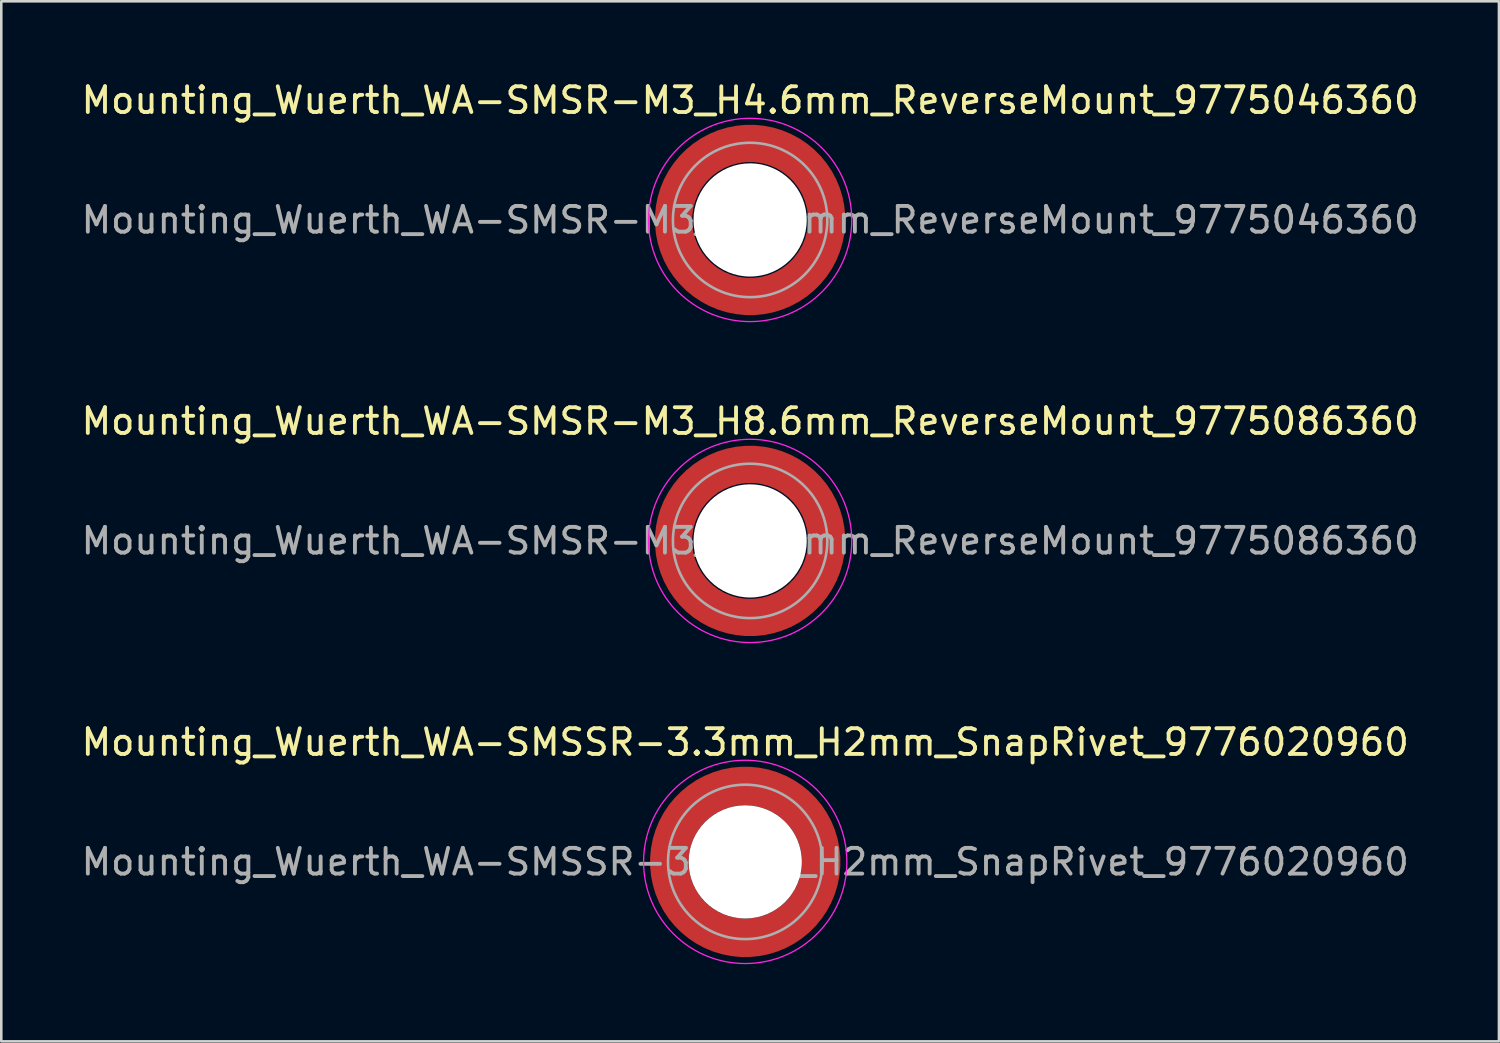
<source format=kicad_pcb>
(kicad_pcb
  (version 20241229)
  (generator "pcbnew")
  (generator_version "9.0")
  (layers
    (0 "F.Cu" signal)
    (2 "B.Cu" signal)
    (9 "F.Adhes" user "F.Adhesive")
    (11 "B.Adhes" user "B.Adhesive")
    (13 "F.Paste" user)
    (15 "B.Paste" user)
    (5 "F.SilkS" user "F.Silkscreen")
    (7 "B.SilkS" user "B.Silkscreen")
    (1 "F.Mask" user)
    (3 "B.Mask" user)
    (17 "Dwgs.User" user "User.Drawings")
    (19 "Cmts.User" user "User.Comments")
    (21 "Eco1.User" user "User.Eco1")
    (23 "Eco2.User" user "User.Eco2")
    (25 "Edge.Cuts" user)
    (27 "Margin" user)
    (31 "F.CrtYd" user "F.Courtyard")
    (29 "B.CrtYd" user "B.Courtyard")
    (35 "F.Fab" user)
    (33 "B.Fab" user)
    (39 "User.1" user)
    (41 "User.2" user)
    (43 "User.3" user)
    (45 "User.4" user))
  (footprint "Mounting_Wuerth_WA-SMSR-M3_H4.6mm_ReverseMount_9775046360"
    (layer "F.Cu")
    (at 26.101 5.498)
    (property "Reference" "Mounting_Wuerth_WA-SMSR-M3_H4.6mm_ReverseMount_9775046360" (at 0 -4.65 0) (layer "F.SilkS") (effects (font (size 1 1) (thickness 0.15))))
    (attr smd)
    (fp_circle (center 0 0) (end 3.95 0) (stroke (width 0.05) (type solid)) (fill no) (layer "F.CrtYd"))
    (fp_circle (center 0 0) (end 3 0) (stroke (width 0.1) (type solid)) (fill no) (layer "F.Fab"))
    (fp_text user "${REFERENCE}" (at 0 0 0) (layer "F.Fab") (effects (font (size 1 1) (thickness 0.15))))
    (pad "" smd custom (at -2.095 -2.095) (size 0.945 0.945) (layers "F.Paste") (options (anchor circle)) (primitives (gr_arc (start -0.24231 1.594804) (mid 0.404104 0.405534) (end 1.592827 -0.241886) (width 0.2)) (gr_arc (start -0.3398 1.594804) (mid 0.335987 0.338711) (end 1.591031 -0.339022) (width 0.2)) (gr_arc (start -0.437132 1.594804) (mid 0.268952 0.270807) (end 1.592231 -0.436623) (width 0.2)) (gr_arc (start -0.534324 1.594804) (mid 0.201345 0.203474) (end 1.591846 -0.53376) (width 0.2)) (gr_arc (start -0.631391 1.594804) (mid 0.134696 0.135183) (end 1.594126 -0.631267) (width 0.2)) (gr_arc (start -0.728345 1.594804) (mid 0.067234 0.067705) (end 1.594149 -0.728229) (width 0.2)) (gr_arc (start -0.825197 1.594804) (mid -0.001218 0.001219) (end 1.591408 -0.824614) (width 0.2)) (gr_arc (start -0.921958 1.594804) (mid -0.068952 -0.065985) (end 1.590665 -0.921269) (width 0.2)) (gr_arc (start -1.018637 1.594804) (mid -0.135972 -0.133907) (end 1.59192 -1.018172) (width 0.2)) (gr_arc (start -1.115239 1.594804) (mid -0.20428 -0.200537) (end 1.589574 -1.11442) (width 0.2)) (gr_arc (start -1.211773 1.594804) (mid -0.26993 -0.269828) (end 1.594662 -1.211751) (width 0.2)) (gr_arc (start -1.308244 1.594804) (mid -0.33911 -0.335587) (end 1.589875 -1.307516) (width 0.2)) (gr_arc (start -1.404657 1.594804) (mid -0.405633 -0.404004) (end 1.592524 -1.404331) (width 0.2)) (gr_arc (start -1.404657 1.594804) (mid -0.405633 -0.404004) (end 1.592524 -1.404331) (width 0.2)) (gr_line (start 1.595 -0.242) (end 1.595 -1.405) (width 0.2)) (gr_line (start -0.242 1.595) (end -1.405 1.595) (width 0.2))))
    (pad "" smd custom (at -2.095 2.095) (size 0.945 0.945) (layers "F.Paste") (options (anchor circle)) (primitives (gr_arc (start 1.594804 0.24231) (mid 0.405534 -0.404104) (end -0.241886 -1.592827) (width 0.2)) (gr_arc (start 1.594804 0.3398) (mid 0.338711 -0.335987) (end -0.339022 -1.591031) (width 0.2)) (gr_arc (start 1.594804 0.437132) (mid 0.270807 -0.268952) (end -0.436623 -1.592231) (width 0.2)) (gr_arc (start 1.594804 0.534324) (mid 0.203474 -0.201345) (end -0.53376 -1.591846) (width 0.2)) (gr_arc (start 1.594804 0.631391) (mid 0.135183 -0.134696) (end -0.631267 -1.594126) (width 0.2)) (gr_arc (start 1.594804 0.728345) (mid 0.067705 -0.067234) (end -0.728229 -1.594149) (width 0.2)) (gr_arc (start 1.594804 0.825197) (mid 0.001219 0.001218) (end -0.824614 -1.591408) (width 0.2)) (gr_arc (start 1.594804 0.921958) (mid -0.065985 0.068952) (end -0.921269 -1.590665) (width 0.2)) (gr_arc (start 1.594804 1.018637) (mid -0.133907 0.135972) (end -1.018172 -1.59192) (width 0.2)) (gr_arc (start 1.594804 1.115239) (mid -0.200537 0.20428) (end -1.11442 -1.589574) (width 0.2)) (gr_arc (start 1.594804 1.211773) (mid -0.269828 0.26993) (end -1.211751 -1.594662) (width 0.2)) (gr_arc (start 1.594804 1.308244) (mid -0.335587 0.33911) (end -1.307516 -1.589875) (width 0.2)) (gr_arc (start 1.594804 1.404657) (mid -0.404004 0.405633) (end -1.404331 -1.592524) (width 0.2)) (gr_arc (start 1.594804 1.404657) (mid -0.404004 0.405633) (end -1.404331 -1.592524) (width 0.2)) (gr_line (start -0.242 -1.595) (end -1.405 -1.595) (width 0.2)) (gr_line (start 1.595 0.242) (end 1.595 1.405) (width 0.2))))
    (pad "" np_thru_hole circle (at 0 0) (size 4.4 4.4) (drill 4.4) (layers "*.Cu" "*.Mask"))
    (pad "" smd custom (at 2.095 -2.095) (size 0.945 0.945) (layers "F.Paste") (options (anchor circle)) (primitives (gr_arc (start -1.594804 -0.24231) (mid -0.405534 0.404104) (end 0.241886 1.592827) (width 0.2)) (gr_arc (start -1.594804 -0.3398) (mid -0.338711 0.335987) (end 0.339022 1.591031) (width 0.2)) (gr_arc (start -1.594804 -0.437132) (mid -0.270807 0.268952) (end 0.436623 1.592231) (width 0.2)) (gr_arc (start -1.594804 -0.534324) (mid -0.203474 0.201345) (end 0.53376 1.591846) (width 0.2)) (gr_arc (start -1.594804 -0.631391) (mid -0.135183 0.134696) (end 0.631267 1.594126) (width 0.2)) (gr_arc (start -1.594804 -0.728345) (mid -0.067705 0.067234) (end 0.728229 1.594149) (width 0.2)) (gr_arc (start -1.594804 -0.825197) (mid -0.001219 -0.001218) (end 0.824614 1.591408) (width 0.2)) (gr_arc (start -1.594804 -0.921958) (mid 0.065985 -0.068952) (end 0.921269 1.590665) (width 0.2)) (gr_arc (start -1.594804 -1.018637) (mid 0.133907 -0.135972) (end 1.018172 1.59192) (width 0.2)) (gr_arc (start -1.594804 -1.115239) (mid 0.200537 -0.20428) (end 1.11442 1.589574) (width 0.2)) (gr_arc (start -1.594804 -1.211773) (mid 0.269828 -0.26993) (end 1.211751 1.594662) (width 0.2)) (gr_arc (start -1.594804 -1.308244) (mid 0.335587 -0.33911) (end 1.307516 1.589875) (width 0.2)) (gr_arc (start -1.594804 -1.404657) (mid 0.404004 -0.405633) (end 1.404331 1.592524) (width 0.2)) (gr_arc (start -1.594804 -1.404657) (mid 0.404004 -0.405633) (end 1.404331 1.592524) (width 0.2)) (gr_line (start 0.242 1.595) (end 1.405 1.595) (width 0.2)) (gr_line (start -1.595 -0.242) (end -1.595 -1.405) (width 0.2))))
    (pad "" smd custom (at 2.095 2.095) (size 0.945 0.945) (layers "F.Paste") (options (anchor circle)) (primitives (gr_arc (start 0.24231 -1.594804) (mid -0.404104 -0.405534) (end -1.592827 0.241886) (width 0.2)) (gr_arc (start 0.3398 -1.594804) (mid -0.335987 -0.338711) (end -1.591031 0.339022) (width 0.2)) (gr_arc (start 0.437132 -1.594804) (mid -0.268952 -0.270807) (end -1.592231 0.436623) (width 0.2)) (gr_arc (start 0.534324 -1.594804) (mid -0.201345 -0.203474) (end -1.591846 0.53376) (width 0.2)) (gr_arc (start 0.631391 -1.594804) (mid -0.134696 -0.135183) (end -1.594126 0.631267) (width 0.2)) (gr_arc (start 0.728345 -1.594804) (mid -0.067234 -0.067705) (end -1.594149 0.728229) (width 0.2)) (gr_arc (start 0.825197 -1.594804) (mid 0.001218 -0.001219) (end -1.591408 0.824614) (width 0.2)) (gr_arc (start 0.921958 -1.594804) (mid 0.068952 0.065985) (end -1.590665 0.921269) (width 0.2)) (gr_arc (start 1.018637 -1.594804) (mid 0.135972 0.133907) (end -1.59192 1.018172) (width 0.2)) (gr_arc (start 1.115239 -1.594804) (mid 0.20428 0.200537) (end -1.589574 1.11442) (width 0.2)) (gr_arc (start 1.211773 -1.594804) (mid 0.26993 0.269828) (end -1.594662 1.211751) (width 0.2)) (gr_arc (start 1.308244 -1.594804) (mid 0.33911 0.335587) (end -1.589875 1.307516) (width 0.2)) (gr_arc (start 1.404657 -1.594804) (mid 0.405633 0.404004) (end -1.592524 1.404331) (width 0.2)) (gr_arc (start 1.404657 -1.594804) (mid 0.405633 0.404004) (end -1.592524 1.404331) (width 0.2)) (gr_line (start -1.595 0.242) (end -1.595 1.405) (width 0.2)) (gr_line (start 0.242 -1.595) (end 1.405 -1.595) (width 0.2))))
    (pad "1" smd circle (at -2.975 0) (size 1.05 1.05) (layers "F.Cu"))
    (pad "1" smd circle (at 0 -2.975) (size 1.05 1.05) (layers "F.Cu"))
    (pad "1" smd circle (at 0 2.975) (size 1.05 1.05) (layers "F.Cu"))
    (pad "1" smd custom (at 2.975 0) (size 1.05 1.05) (layers "F.Cu" "F.Mask") (options (anchor circle)) (primitives (gr_circle (center -2.975 0) (end 0 0) (width 1.45) (fill no)))))
  (footprint "Mounting_Wuerth_WA-SMSR-M3_H8.6mm_ReverseMount_9775086360"
    (layer "F.Cu")
    (at 26.101 17.971)
    (property "Reference" "Mounting_Wuerth_WA-SMSR-M3_H8.6mm_ReverseMount_9775086360" (at 0 -4.65 0) (layer "F.SilkS") (effects (font (size 1 1) (thickness 0.15))))
    (attr smd)
    (fp_circle (center 0 0) (end 3.95 0) (stroke (width 0.05) (type solid)) (fill no) (layer "F.CrtYd"))
    (fp_circle (center 0 0) (end 3 0) (stroke (width 0.1) (type solid)) (fill no) (layer "F.Fab"))
    (fp_text user "${REFERENCE}" (at 0 0 0) (layer "F.Fab") (effects (font (size 1 1) (thickness 0.15))))
    (pad "" smd custom (at -2.095 -2.095) (size 0.945 0.945) (layers "F.Paste") (options (anchor circle)) (primitives (gr_arc (start -0.24231 1.594804) (mid 0.404104 0.405534) (end 1.592827 -0.241886) (width 0.2)) (gr_arc (start -0.3398 1.594804) (mid 0.335987 0.338711) (end 1.591031 -0.339022) (width 0.2)) (gr_arc (start -0.437132 1.594804) (mid 0.268952 0.270807) (end 1.592231 -0.436623) (width 0.2)) (gr_arc (start -0.534324 1.594804) (mid 0.201345 0.203474) (end 1.591846 -0.53376) (width 0.2)) (gr_arc (start -0.631391 1.594804) (mid 0.134696 0.135183) (end 1.594126 -0.631267) (width 0.2)) (gr_arc (start -0.728345 1.594804) (mid 0.067234 0.067705) (end 1.594149 -0.728229) (width 0.2)) (gr_arc (start -0.825197 1.594804) (mid -0.001218 0.001219) (end 1.591408 -0.824614) (width 0.2)) (gr_arc (start -0.921958 1.594804) (mid -0.068952 -0.065985) (end 1.590665 -0.921269) (width 0.2)) (gr_arc (start -1.018637 1.594804) (mid -0.135972 -0.133907) (end 1.59192 -1.018172) (width 0.2)) (gr_arc (start -1.115239 1.594804) (mid -0.20428 -0.200537) (end 1.589574 -1.11442) (width 0.2)) (gr_arc (start -1.211773 1.594804) (mid -0.26993 -0.269828) (end 1.594662 -1.211751) (width 0.2)) (gr_arc (start -1.308244 1.594804) (mid -0.33911 -0.335587) (end 1.589875 -1.307516) (width 0.2)) (gr_arc (start -1.404657 1.594804) (mid -0.405633 -0.404004) (end 1.592524 -1.404331) (width 0.2)) (gr_arc (start -1.404657 1.594804) (mid -0.405633 -0.404004) (end 1.592524 -1.404331) (width 0.2)) (gr_line (start 1.595 -0.242) (end 1.595 -1.405) (width 0.2)) (gr_line (start -0.242 1.595) (end -1.405 1.595) (width 0.2))))
    (pad "" smd custom (at -2.095 2.095) (size 0.945 0.945) (layers "F.Paste") (options (anchor circle)) (primitives (gr_arc (start 1.594804 0.24231) (mid 0.405534 -0.404104) (end -0.241886 -1.592827) (width 0.2)) (gr_arc (start 1.594804 0.3398) (mid 0.338711 -0.335987) (end -0.339022 -1.591031) (width 0.2)) (gr_arc (start 1.594804 0.437132) (mid 0.270807 -0.268952) (end -0.436623 -1.592231) (width 0.2)) (gr_arc (start 1.594804 0.534324) (mid 0.203474 -0.201345) (end -0.53376 -1.591846) (width 0.2)) (gr_arc (start 1.594804 0.631391) (mid 0.135183 -0.134696) (end -0.631267 -1.594126) (width 0.2)) (gr_arc (start 1.594804 0.728345) (mid 0.067705 -0.067234) (end -0.728229 -1.594149) (width 0.2)) (gr_arc (start 1.594804 0.825197) (mid 0.001219 0.001218) (end -0.824614 -1.591408) (width 0.2)) (gr_arc (start 1.594804 0.921958) (mid -0.065985 0.068952) (end -0.921269 -1.590665) (width 0.2)) (gr_arc (start 1.594804 1.018637) (mid -0.133907 0.135972) (end -1.018172 -1.59192) (width 0.2)) (gr_arc (start 1.594804 1.115239) (mid -0.200537 0.20428) (end -1.11442 -1.589574) (width 0.2)) (gr_arc (start 1.594804 1.211773) (mid -0.269828 0.26993) (end -1.211751 -1.594662) (width 0.2)) (gr_arc (start 1.594804 1.308244) (mid -0.335587 0.33911) (end -1.307516 -1.589875) (width 0.2)) (gr_arc (start 1.594804 1.404657) (mid -0.404004 0.405633) (end -1.404331 -1.592524) (width 0.2)) (gr_arc (start 1.594804 1.404657) (mid -0.404004 0.405633) (end -1.404331 -1.592524) (width 0.2)) (gr_line (start -0.242 -1.595) (end -1.405 -1.595) (width 0.2)) (gr_line (start 1.595 0.242) (end 1.595 1.405) (width 0.2))))
    (pad "" np_thru_hole circle (at 0 0) (size 4.4 4.4) (drill 4.4) (layers "*.Cu" "*.Mask"))
    (pad "" smd custom (at 2.095 -2.095) (size 0.945 0.945) (layers "F.Paste") (options (anchor circle)) (primitives (gr_arc (start -1.594804 -0.24231) (mid -0.405534 0.404104) (end 0.241886 1.592827) (width 0.2)) (gr_arc (start -1.594804 -0.3398) (mid -0.338711 0.335987) (end 0.339022 1.591031) (width 0.2)) (gr_arc (start -1.594804 -0.437132) (mid -0.270807 0.268952) (end 0.436623 1.592231) (width 0.2)) (gr_arc (start -1.594804 -0.534324) (mid -0.203474 0.201345) (end 0.53376 1.591846) (width 0.2)) (gr_arc (start -1.594804 -0.631391) (mid -0.135183 0.134696) (end 0.631267 1.594126) (width 0.2)) (gr_arc (start -1.594804 -0.728345) (mid -0.067705 0.067234) (end 0.728229 1.594149) (width 0.2)) (gr_arc (start -1.594804 -0.825197) (mid -0.001219 -0.001218) (end 0.824614 1.591408) (width 0.2)) (gr_arc (start -1.594804 -0.921958) (mid 0.065985 -0.068952) (end 0.921269 1.590665) (width 0.2)) (gr_arc (start -1.594804 -1.018637) (mid 0.133907 -0.135972) (end 1.018172 1.59192) (width 0.2)) (gr_arc (start -1.594804 -1.115239) (mid 0.200537 -0.20428) (end 1.11442 1.589574) (width 0.2)) (gr_arc (start -1.594804 -1.211773) (mid 0.269828 -0.26993) (end 1.211751 1.594662) (width 0.2)) (gr_arc (start -1.594804 -1.308244) (mid 0.335587 -0.33911) (end 1.307516 1.589875) (width 0.2)) (gr_arc (start -1.594804 -1.404657) (mid 0.404004 -0.405633) (end 1.404331 1.592524) (width 0.2)) (gr_arc (start -1.594804 -1.404657) (mid 0.404004 -0.405633) (end 1.404331 1.592524) (width 0.2)) (gr_line (start 0.242 1.595) (end 1.405 1.595) (width 0.2)) (gr_line (start -1.595 -0.242) (end -1.595 -1.405) (width 0.2))))
    (pad "" smd custom (at 2.095 2.095) (size 0.945 0.945) (layers "F.Paste") (options (anchor circle)) (primitives (gr_arc (start 0.24231 -1.594804) (mid -0.404104 -0.405534) (end -1.592827 0.241886) (width 0.2)) (gr_arc (start 0.3398 -1.594804) (mid -0.335987 -0.338711) (end -1.591031 0.339022) (width 0.2)) (gr_arc (start 0.437132 -1.594804) (mid -0.268952 -0.270807) (end -1.592231 0.436623) (width 0.2)) (gr_arc (start 0.534324 -1.594804) (mid -0.201345 -0.203474) (end -1.591846 0.53376) (width 0.2)) (gr_arc (start 0.631391 -1.594804) (mid -0.134696 -0.135183) (end -1.594126 0.631267) (width 0.2)) (gr_arc (start 0.728345 -1.594804) (mid -0.067234 -0.067705) (end -1.594149 0.728229) (width 0.2)) (gr_arc (start 0.825197 -1.594804) (mid 0.001218 -0.001219) (end -1.591408 0.824614) (width 0.2)) (gr_arc (start 0.921958 -1.594804) (mid 0.068952 0.065985) (end -1.590665 0.921269) (width 0.2)) (gr_arc (start 1.018637 -1.594804) (mid 0.135972 0.133907) (end -1.59192 1.018172) (width 0.2)) (gr_arc (start 1.115239 -1.594804) (mid 0.20428 0.200537) (end -1.589574 1.11442) (width 0.2)) (gr_arc (start 1.211773 -1.594804) (mid 0.26993 0.269828) (end -1.594662 1.211751) (width 0.2)) (gr_arc (start 1.308244 -1.594804) (mid 0.33911 0.335587) (end -1.589875 1.307516) (width 0.2)) (gr_arc (start 1.404657 -1.594804) (mid 0.405633 0.404004) (end -1.592524 1.404331) (width 0.2)) (gr_arc (start 1.404657 -1.594804) (mid 0.405633 0.404004) (end -1.592524 1.404331) (width 0.2)) (gr_line (start -1.595 0.242) (end -1.595 1.405) (width 0.2)) (gr_line (start 0.242 -1.595) (end 1.405 -1.595) (width 0.2))))
    (pad "1" smd circle (at -2.975 0) (size 1.05 1.05) (layers "F.Cu"))
    (pad "1" smd circle (at 0 -2.975) (size 1.05 1.05) (layers "F.Cu"))
    (pad "1" smd circle (at 0 2.975) (size 1.05 1.05) (layers "F.Cu"))
    (pad "1" smd custom (at 2.975 0) (size 1.05 1.05) (layers "F.Cu" "F.Mask") (options (anchor circle)) (primitives (gr_circle (center -2.975 0) (end 0 0) (width 1.45) (fill no)))))
  (footprint "Mounting_Wuerth_WA-SMSSR-3.3mm_H2mm_SnapRivet_9776020960"
    (layer "F.Cu")
    (at 25.911 30.445)
    (property "Reference" "Mounting_Wuerth_WA-SMSSR-3.3mm_H2mm_SnapRivet_9776020960" (at 0 -4.65 0) (layer "F.SilkS") (effects (font (size 1 1) (thickness 0.15))))
    (attr smd)
    (fp_circle (center 0 0) (end 3.95 0) (stroke (width 0.05) (type solid)) (fill no) (layer "F.CrtYd"))
    (fp_circle (center 0 0) (end 3 0) (stroke (width 0.1) (type solid)) (fill no) (layer "F.Fab"))
    (fp_text user "${REFERENCE}" (at 0 0 0) (layer "F.Fab") (effects (font (size 1 1) (thickness 0.15))))
    (pad "" smd custom (at -2.077 -2.077) (size 0.995 0.995) (layers "F.Paste") (options (anchor circle)) (primitives (gr_arc (start -0.208831 1.577126) (mid 0.422144 0.422848) (end 1.576154 -0.208618) (width 0.2)) (gr_arc (start -0.310669 1.577126) (mid 0.35138 0.352781) (end 1.575188 -0.310262) (width 0.2)) (gr_arc (start -0.412325 1.577126) (mid 0.280305 0.283024) (end 1.573357 -0.411565) (width 0.2)) (gr_arc (start -0.51382 1.577126) (mid 0.210358 0.212139) (end 1.574653 -0.513342) (width 0.2)) (gr_arc (start -0.615172 1.577126) (mid 0.139846 0.141818) (end 1.574384 -0.614661) (width 0.2)) (gr_arc (start -0.716397 1.577126) (mid 0.070334 0.070498) (end 1.576898 -0.716356) (width 0.2)) (gr_arc (start -0.817508 1.577126) (mid -0.001805 0.001806) (end 1.572094 -0.816634) (width 0.2)) (gr_arc (start -0.918517 1.577126) (mid -0.071322 -0.06951) (end 1.574599 -0.918094) (width 0.2)) (gr_arc (start -1.019433 1.577126) (mid -0.141902 -0.139762) (end 1.574138 -1.018949) (width 0.2)) (gr_arc (start -1.120266 1.577126) (mid -0.211736 -0.210761) (end 1.575763 -1.120053) (width 0.2)) (gr_arc (start -1.221022 1.577126) (mid -0.282882 -0.280446) (end 1.57372 -1.220504) (width 0.2)) (gr_arc (start -1.32171 1.577126) (mid -0.353407 -0.350753) (end 1.573414 -1.321162) (width 0.2)) (gr_arc (start -1.422335 1.577126) (mid -0.423311 -0.421682) (end 1.574846 -1.422009) (width 0.2)) (gr_line (start 1.577 -0.209) (end 1.577 -1.422) (width 0.2)) (gr_line (start -0.209 1.577) (end -1.422 1.577) (width 0.2))))
    (pad "" smd custom (at -2.077 2.077) (size 0.995 0.995) (layers "F.Paste") (options (anchor circle)) (primitives (gr_arc (start 1.577126 0.208831) (mid 0.422848 -0.422144) (end -0.208618 -1.576154) (width 0.2)) (gr_arc (start 1.577126 0.310669) (mid 0.352781 -0.35138) (end -0.310262 -1.575188) (width 0.2)) (gr_arc (start 1.577126 0.412325) (mid 0.283024 -0.280305) (end -0.411565 -1.573357) (width 0.2)) (gr_arc (start 1.577126 0.51382) (mid 0.212139 -0.210358) (end -0.513342 -1.574653) (width 0.2)) (gr_arc (start 1.577126 0.615172) (mid 0.141818 -0.139846) (end -0.614661 -1.574384) (width 0.2)) (gr_arc (start 1.577126 0.716397) (mid 0.070498 -0.070334) (end -0.716356 -1.576898) (width 0.2)) (gr_arc (start 1.577126 0.817508) (mid 0.001806 0.001805) (end -0.816634 -1.572094) (width 0.2)) (gr_arc (start 1.577126 0.918517) (mid -0.06951 0.071322) (end -0.918094 -1.574599) (width 0.2)) (gr_arc (start 1.577126 1.019433) (mid -0.139762 0.141902) (end -1.018949 -1.574138) (width 0.2)) (gr_arc (start 1.577126 1.120266) (mid -0.210761 0.211736) (end -1.120053 -1.575763) (width 0.2)) (gr_arc (start 1.577126 1.221022) (mid -0.280446 0.282882) (end -1.220504 -1.57372) (width 0.2)) (gr_arc (start 1.577126 1.32171) (mid -0.350753 0.353407) (end -1.321162 -1.573414) (width 0.2)) (gr_arc (start 1.577126 1.422335) (mid -0.421682 0.423311) (end -1.422009 -1.574846) (width 0.2)) (gr_line (start -0.209 -1.577) (end -1.422 -1.577) (width 0.2)) (gr_line (start 1.577 0.209) (end 1.577 1.422) (width 0.2))))
    (pad "" np_thru_hole circle (at 0 0) (size 4.4 4.4) (drill 4.4) (layers "*.Cu" "*.Mask"))
    (pad "" smd custom (at 2.077 -2.077) (size 0.995 0.995) (layers "F.Paste") (options (anchor circle)) (primitives (gr_arc (start -1.577126 -0.208831) (mid -0.422848 0.422144) (end 0.208618 1.576154) (width 0.2)) (gr_arc (start -1.577126 -0.310669) (mid -0.352781 0.35138) (end 0.310262 1.575188) (width 0.2)) (gr_arc (start -1.577126 -0.412325) (mid -0.283024 0.280305) (end 0.411565 1.573357) (width 0.2)) (gr_arc (start -1.577126 -0.51382) (mid -0.212139 0.210358) (end 0.513342 1.574653) (width 0.2)) (gr_arc (start -1.577126 -0.615172) (mid -0.141818 0.139846) (end 0.614661 1.574384) (width 0.2)) (gr_arc (start -1.577126 -0.716397) (mid -0.070498 0.070334) (end 0.716356 1.576898) (width 0.2)) (gr_arc (start -1.577126 -0.817508) (mid -0.001806 -0.001805) (end 0.816634 1.572094) (width 0.2)) (gr_arc (start -1.577126 -0.918517) (mid 0.06951 -0.071322) (end 0.918094 1.574599) (width 0.2)) (gr_arc (start -1.577126 -1.019433) (mid 0.139762 -0.141902) (end 1.018949 1.574138) (width 0.2)) (gr_arc (start -1.577126 -1.120266) (mid 0.210761 -0.211736) (end 1.120053 1.575763) (width 0.2)) (gr_arc (start -1.577126 -1.221022) (mid 0.280446 -0.282882) (end 1.220504 1.57372) (width 0.2)) (gr_arc (start -1.577126 -1.32171) (mid 0.350753 -0.353407) (end 1.321162 1.573414) (width 0.2)) (gr_arc (start -1.577126 -1.422335) (mid 0.421682 -0.423311) (end 1.422009 1.574846) (width 0.2)) (gr_line (start 0.209 1.577) (end 1.422 1.577) (width 0.2)) (gr_line (start -1.577 -0.209) (end -1.577 -1.422) (width 0.2))))
    (pad "" smd custom (at 2.077 2.077) (size 0.995 0.995) (layers "F.Paste") (options (anchor circle)) (primitives (gr_arc (start 0.208831 -1.577126) (mid -0.422144 -0.422848) (end -1.576154 0.208618) (width 0.2)) (gr_arc (start 0.310669 -1.577126) (mid -0.35138 -0.352781) (end -1.575188 0.310262) (width 0.2)) (gr_arc (start 0.412325 -1.577126) (mid -0.280305 -0.283024) (end -1.573357 0.411565) (width 0.2)) (gr_arc (start 0.51382 -1.577126) (mid -0.210358 -0.212139) (end -1.574653 0.513342) (width 0.2)) (gr_arc (start 0.615172 -1.577126) (mid -0.139846 -0.141818) (end -1.574384 0.614661) (width 0.2)) (gr_arc (start 0.716397 -1.577126) (mid -0.070334 -0.070498) (end -1.576898 0.716356) (width 0.2)) (gr_arc (start 0.817508 -1.577126) (mid 0.001805 -0.001806) (end -1.572094 0.816634) (width 0.2)) (gr_arc (start 0.918517 -1.577126) (mid 0.071322 0.06951) (end -1.574599 0.918094) (width 0.2)) (gr_arc (start 1.019433 -1.577126) (mid 0.141902 0.139762) (end -1.574138 1.018949) (width 0.2)) (gr_arc (start 1.120266 -1.577126) (mid 0.211736 0.210761) (end -1.575763 1.120053) (width 0.2)) (gr_arc (start 1.221022 -1.577126) (mid 0.282882 0.280446) (end -1.57372 1.220504) (width 0.2)) (gr_arc (start 1.32171 -1.577126) (mid 0.353407 0.350753) (end -1.573414 1.321162) (width 0.2)) (gr_arc (start 1.422335 -1.577126) (mid 0.423311 0.421682) (end -1.574846 1.422009) (width 0.2)) (gr_line (start -1.577 0.209) (end -1.577 1.422) (width 0.2)) (gr_line (start 0.209 -1.577) (end 1.422 -1.577) (width 0.2))))
    (pad "1" smd circle (at -2.95 0) (size 1.1 1.1) (layers "F.Cu"))
    (pad "1" smd circle (at 0 -2.95) (size 1.1 1.1) (layers "F.Cu"))
    (pad "1" smd circle (at 0 2.95) (size 1.1 1.1) (layers "F.Cu"))
    (pad "1" smd custom (at 2.95 0) (size 1.1 1.1) (layers "F.Cu" "F.Mask") (options (anchor circle)) (primitives (gr_circle (center -2.95 0) (end 0 0) (width 1.5) (fill no)))))
  (gr_rect
    (start -3 -3)
    (end 55.202 37.42)
    (stroke (width 0.1) (type default))
    (fill no)
    (layer "Edge.Cuts")))
</source>
